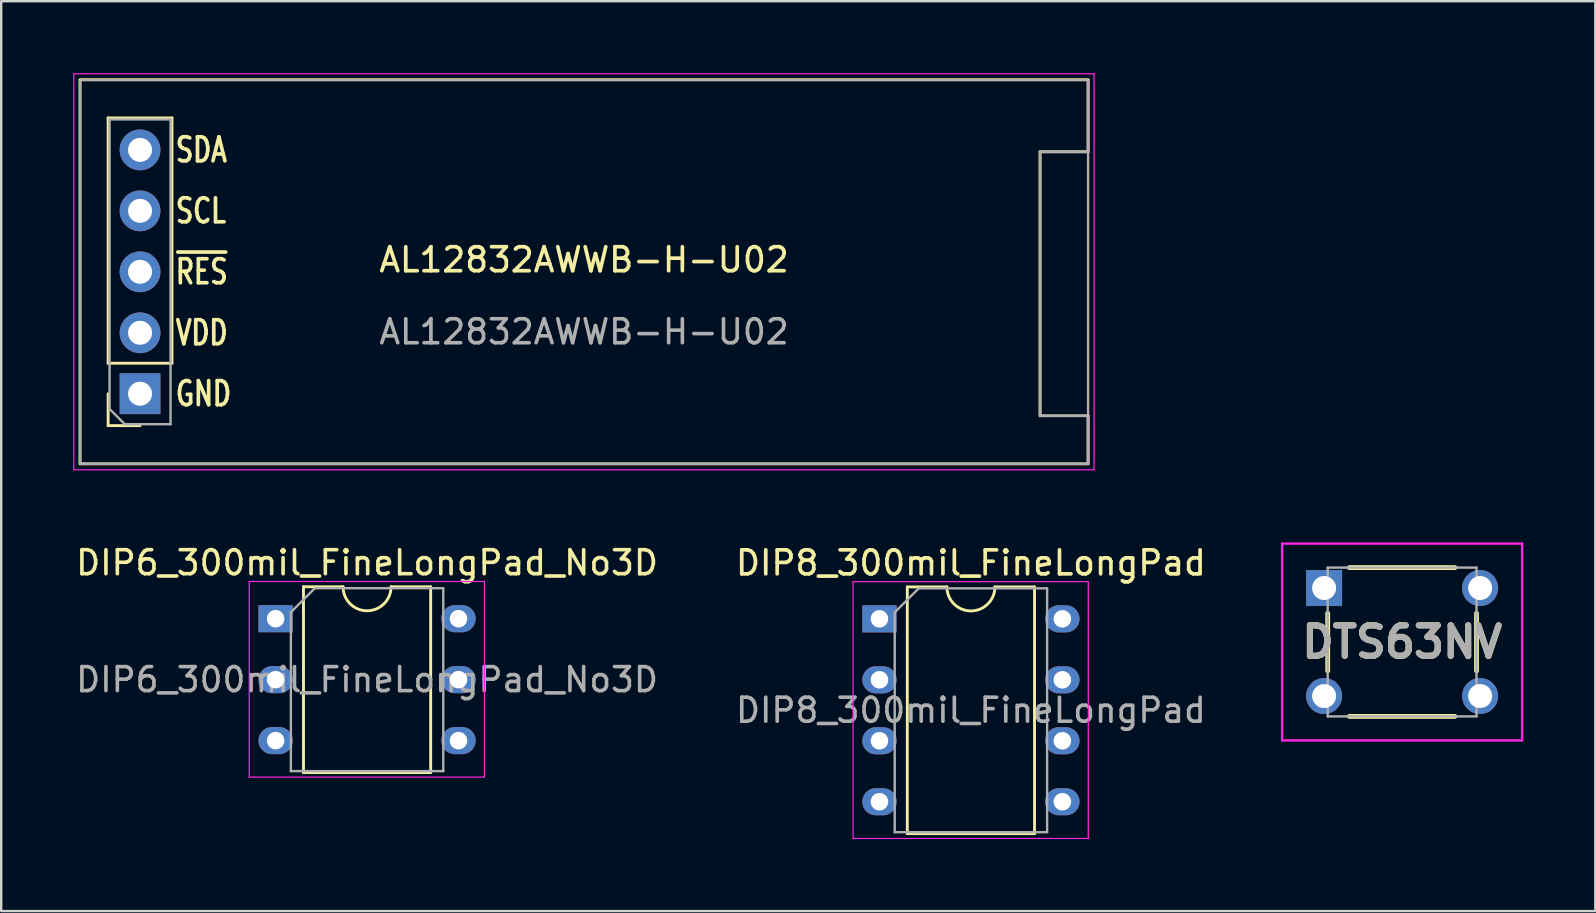
<source format=kicad_pcb>
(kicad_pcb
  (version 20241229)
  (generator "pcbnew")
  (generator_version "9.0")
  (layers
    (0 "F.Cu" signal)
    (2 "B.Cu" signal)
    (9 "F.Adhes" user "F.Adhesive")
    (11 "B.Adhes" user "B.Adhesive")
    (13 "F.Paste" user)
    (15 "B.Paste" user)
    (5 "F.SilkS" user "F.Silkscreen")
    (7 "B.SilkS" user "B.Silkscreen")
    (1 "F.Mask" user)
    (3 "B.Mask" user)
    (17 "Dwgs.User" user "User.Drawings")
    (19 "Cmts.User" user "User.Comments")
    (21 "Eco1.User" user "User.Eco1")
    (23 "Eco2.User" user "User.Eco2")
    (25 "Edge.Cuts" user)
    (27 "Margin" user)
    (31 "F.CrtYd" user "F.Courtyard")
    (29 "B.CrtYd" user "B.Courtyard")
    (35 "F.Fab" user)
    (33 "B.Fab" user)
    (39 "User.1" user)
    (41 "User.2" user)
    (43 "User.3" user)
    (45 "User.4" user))
  (footprint "DIP8_300mil_FineLongPad"
    (layer "F.Cu")
    (at 37.403 26.544)
    (property "Reference" "DIP8_300mil_FineLongPad" (at 0 -6.14 0) (layer "F.SilkS") (effects (font (size 1 1) (thickness 0.153))))
    (attr through_hole)
    (fp_line (start -2.65 -5.14) (end -2.65 5.14) (stroke (width 0.12) (type solid)) (layer "F.SilkS"))
    (fp_line (start -2.65 5.14) (end 2.65 5.14) (stroke (width 0.12) (type solid)) (layer "F.SilkS"))
    (fp_line (start -1 -5.14) (end -2.65 -5.14) (stroke (width 0.12) (type solid)) (layer "F.SilkS"))
    (fp_line (start 2.65 -5.14) (end 1 -5.14) (stroke (width 0.12) (type solid)) (layer "F.SilkS"))
    (fp_line (start 2.65 5.14) (end 2.65 -5.14) (stroke (width 0.12) (type solid)) (layer "F.SilkS"))
    (fp_arc (start 1 -5.14) (mid 0 -4.14) (end -1 -5.14) (stroke (width 0.12) (type solid)) (layer "F.SilkS"))
    (fp_line (start -4.91 -5.36) (end -4.91 5.34) (stroke (width 0.05) (type solid)) (layer "F.CrtYd"))
    (fp_line (start -4.91 5.34) (end 4.89 5.34) (stroke (width 0.05) (type solid)) (layer "F.CrtYd"))
    (fp_line (start 4.89 -5.36) (end -4.91 -5.36) (stroke (width 0.05) (type solid)) (layer "F.CrtYd"))
    (fp_line (start 4.89 5.34) (end 4.89 -5.36) (stroke (width 0.05) (type solid)) (layer "F.CrtYd"))
    (fp_line (start -3.175 -4.08) (end -2.175 -5.08) (stroke (width 0.1) (type solid)) (layer "F.Fab"))
    (fp_line (start -3.175 5.08) (end -3.175 -4.08) (stroke (width 0.1) (type solid)) (layer "F.Fab"))
    (fp_line (start -2.175 -5.08) (end 3.175 -5.08) (stroke (width 0.1) (type solid)) (layer "F.Fab"))
    (fp_line (start 3.175 -5.08) (end 3.175 5.08) (stroke (width 0.1) (type solid)) (layer "F.Fab"))
    (fp_line (start 3.175 5.08) (end -3.175 5.08) (stroke (width 0.1) (type solid)) (layer "F.Fab"))
    (fp_text user "${REFERENCE}" (at 0 0 0) (layer "F.Fab") (effects (font (size 1 1) (thickness 0.15))))
    (pad "1" thru_hole rect (at -3.81 -3.81) (size 1.43 1.13) (drill 0.73) (layers "*.Cu" "*.Mask"))
    (pad "2" thru_hole oval (at -3.81 -1.27) (size 1.43 1.13) (drill 0.73) (layers "*.Cu" "*.Mask"))
    (pad "3" thru_hole oval (at -3.81 1.27) (size 1.43 1.13) (drill 0.73) (layers "*.Cu" "*.Mask"))
    (pad "4" thru_hole oval (at -3.81 3.81) (size 1.43 1.13) (drill 0.73) (layers "*.Cu" "*.Mask"))
    (pad "5" thru_hole oval (at 3.81 3.81) (size 1.43 1.13) (drill 0.73) (layers "*.Cu" "*.Mask"))
    (pad "6" thru_hole oval (at 3.81 1.27) (size 1.43 1.13) (drill 0.73) (layers "*.Cu" "*.Mask"))
    (pad "7" thru_hole oval (at 3.81 -1.27) (size 1.43 1.13) (drill 0.73) (layers "*.Cu" "*.Mask"))
    (pad "8" thru_hole oval (at 3.81 -3.81) (size 1.43 1.13) (drill 0.73) (layers "*.Cu" "*.Mask")))
  (footprint "DIP6_300mil_FineLongPad_No3D"
    (layer "F.Cu")
    (at 8.434 22.728)
    (property "Reference" "DIP6_300mil_FineLongPad_No3D" (at 3.81 -2.33 0) (layer "F.SilkS") (effects (font (size 1 1) (thickness 0.15))))
    (attr through_hole)
    (fp_line (start 1.16 -1.33) (end 1.16 6.41) (stroke (width 0.12) (type solid)) (layer "F.SilkS"))
    (fp_line (start 1.16 6.41) (end 6.46 6.41) (stroke (width 0.12) (type solid)) (layer "F.SilkS"))
    (fp_line (start 2.81 -1.33) (end 1.16 -1.33) (stroke (width 0.12) (type solid)) (layer "F.SilkS"))
    (fp_line (start 6.46 -1.33) (end 4.81 -1.33) (stroke (width 0.12) (type solid)) (layer "F.SilkS"))
    (fp_line (start 6.46 6.41) (end 6.46 -1.33) (stroke (width 0.12) (type solid)) (layer "F.SilkS"))
    (fp_arc (start 4.81 -1.33) (mid 3.81 -0.33) (end 2.81 -1.33) (stroke (width 0.12) (type solid)) (layer "F.SilkS"))
    (fp_line (start -1.1 -1.55) (end -1.1 6.6) (stroke (width 0.05) (type solid)) (layer "F.CrtYd"))
    (fp_line (start -1.1 6.6) (end 8.7 6.6) (stroke (width 0.05) (type solid)) (layer "F.CrtYd"))
    (fp_line (start 8.7 -1.55) (end -1.1 -1.55) (stroke (width 0.05) (type solid)) (layer "F.CrtYd"))
    (fp_line (start 8.7 6.6) (end 8.7 -1.55) (stroke (width 0.05) (type solid)) (layer "F.CrtYd"))
    (fp_line (start 0.635 -0.27) (end 1.635 -1.27) (stroke (width 0.1) (type solid)) (layer "F.Fab"))
    (fp_line (start 0.635 6.35) (end 0.635 -0.27) (stroke (width 0.1) (type solid)) (layer "F.Fab"))
    (fp_line (start 1.635 -1.27) (end 6.985 -1.27) (stroke (width 0.1) (type solid)) (layer "F.Fab"))
    (fp_line (start 6.985 -1.27) (end 6.985 6.35) (stroke (width 0.1) (type solid)) (layer "F.Fab"))
    (fp_line (start 6.985 6.35) (end 0.635 6.35) (stroke (width 0.1) (type solid)) (layer "F.Fab"))
    (fp_text user "${REFERENCE}" (at 3.81 2.54 0) (layer "F.Fab") (effects (font (size 1 1) (thickness 0.15))))
    (pad "1" thru_hole rect (at 0 0) (size 1.43 1.13) (drill 0.73) (layers "*.Cu" "*.Mask"))
    (pad "2" thru_hole oval (at 0 2.54) (size 1.43 1.13) (drill 0.73) (layers "*.Cu" "*.Mask"))
    (pad "3" thru_hole oval (at 0 5.08) (size 1.43 1.13) (drill 0.73) (layers "*.Cu" "*.Mask"))
    (pad "4" thru_hole oval (at 7.62 5.08) (size 1.43 1.13) (drill 0.73) (layers "*.Cu" "*.Mask"))
    (pad "5" thru_hole oval (at 7.62 2.54) (size 1.43 1.13) (drill 0.73) (layers "*.Cu" "*.Mask"))
    (pad "6" thru_hole oval (at 7.62 0) (size 1.43 1.13) (drill 0.73) (layers "*.Cu" "*.Mask")))
  (footprint "DTS63NV"
    (layer "F.Cu")
    (at 55.369 23.7)
    (property "Reference" "DTS63NV" (at 0 0 0) (layer "F.SilkS") (effects (font (size 1.27 1.27) (thickness 0.254))))
    (attr through_hole)
    (fp_line (start -3.1 -1.2) (end -3.1 1.2) (stroke (width 0.2) (type solid)) (layer "F.SilkS"))
    (fp_line (start -2.2 3.1) (end 2.2 3.1) (stroke (width 0.2) (type solid)) (layer "F.SilkS"))
    (fp_line (start 2.2 -3.1) (end -2.2 -3.1) (stroke (width 0.2) (type solid)) (layer "F.SilkS"))
    (fp_line (start 3.1 1.2) (end 3.1 -1.2) (stroke (width 0.2) (type solid)) (layer "F.SilkS"))
    (fp_line (start -5 -4.1) (end 5 -4.1) (stroke (width 0.1) (type solid)) (layer "F.CrtYd"))
    (fp_line (start -5 4.1) (end -5 -4.1) (stroke (width 0.1) (type solid)) (layer "F.CrtYd"))
    (fp_line (start 5 -4.1) (end 5 4.1) (stroke (width 0.1) (type solid)) (layer "F.CrtYd"))
    (fp_line (start 5 4.1) (end -5 4.1) (stroke (width 0.1) (type solid)) (layer "F.CrtYd"))
    (fp_line (start -3.1 -3.1) (end -3.1 3.1) (stroke (width 0.1) (type solid)) (layer "F.Fab"))
    (fp_line (start -3.1 3.1) (end 3.1 3.1) (stroke (width 0.1) (type solid)) (layer "F.Fab"))
    (fp_line (start 3.1 -3.1) (end -3.1 -3.1) (stroke (width 0.1) (type solid)) (layer "F.Fab"))
    (fp_line (start 3.1 3.1) (end 3.1 -3.1) (stroke (width 0.1) (type solid)) (layer "F.Fab"))
    (fp_text user "${REFERENCE}" (at 0 0 0) (layer "F.Fab") (effects (font (size 1.27 1.27) (thickness 0.254))))
    (pad "1" thru_hole rect (at -3.25 -2.25) (size 1.5 1.5) (drill 1) (layers "*.Cu" "*.Mask"))
    (pad "2" thru_hole circle (at 3.25 -2.25) (size 1.5 1.5) (drill 1) (layers "*.Cu" "*.Mask"))
    (pad "3" thru_hole circle (at -3.25 2.25) (size 1.5 1.5) (drill 1) (layers "*.Cu" "*.Mask"))
    (pad "4" thru_hole circle (at 3.25 2.25) (size 1.5 1.5) (drill 1) (layers "*.Cu" "*.Mask")))
  (footprint "AL12832AWWB-H-U02"
    (layer "F.Cu")
    (at 21.285 8.275)
    (property "Reference" "AL12832AWWB-H-U02" (at 0 -0.5 0) (unlocked yes) (layer "F.SilkS") (effects (font (size 1 1) (thickness 0.153))))
    (attr through_hole)
    (fp_line (start -21 8) (end -21 -8) (stroke (width 0.12) (type solid)) (layer "F.SilkS"))
    (fp_line (start -19.83 -6.41) (end -17.17 -6.41) (stroke (width 0.12) (type solid)) (layer "F.SilkS"))
    (fp_line (start -19.83 3.81) (end -19.83 -6.41) (stroke (width 0.12) (type solid)) (layer "F.SilkS"))
    (fp_line (start -19.83 3.81) (end -17.17 3.81) (stroke (width 0.12) (type solid)) (layer "F.SilkS"))
    (fp_line (start -19.83 5.08) (end -19.83 6.41) (stroke (width 0.12) (type solid)) (layer "F.SilkS"))
    (fp_line (start -19.83 6.41) (end -18.5 6.41) (stroke (width 0.12) (type solid)) (layer "F.SilkS"))
    (fp_line (start -17.17 3.81) (end -17.17 -6.41) (stroke (width 0.12) (type solid)) (layer "F.SilkS"))
    (fp_line (start 19 6) (end 19 -5) (stroke (width 0.12) (type solid)) (layer "F.SilkS"))
    (fp_line (start 21 -8) (end -21 -8) (stroke (width 0.12) (type default)) (layer "F.SilkS"))
    (fp_line (start 21 -8) (end 21 -5) (stroke (width 0.12) (type solid)) (layer "F.SilkS"))
    (fp_line (start 21 -5) (end 19 -5) (stroke (width 0.12) (type solid)) (layer "F.SilkS"))
    (fp_line (start 21 6) (end 19 6) (stroke (width 0.11) (type solid)) (layer "F.SilkS"))
    (fp_line (start 21 8) (end -21 8) (stroke (width 0.12) (type default)) (layer "F.SilkS"))
    (fp_line (start 21 8) (end 21 6) (stroke (width 0.12) (type default)) (layer "F.SilkS"))
    (fp_line (start -21.26 -8.25) (end 21.25 -8.25) (stroke (width 0.05) (type solid)) (layer "F.CrtYd"))
    (fp_line (start -21.26 8.25) (end -21.26 -8.25) (stroke (width 0.05) (type solid)) (layer "F.CrtYd"))
    (fp_line (start -21.26 8.25) (end 21.25 8.25) (stroke (width 0.05) (type solid)) (layer "F.CrtYd"))
    (fp_line (start 21.25 8.25) (end 21.25 -8.25) (stroke (width 0.05) (type solid)) (layer "F.CrtYd"))
    (fp_line (start -19.77 -6.35) (end -19.77 5.715) (stroke (width 0.1) (type solid)) (layer "F.Fab"))
    (fp_line (start -19.77 5.715) (end -19.135 6.35) (stroke (width 0.1) (type solid)) (layer "F.Fab"))
    (fp_line (start -19.135 6.35) (end -17.23 6.35) (stroke (width 0.1) (type solid)) (layer "F.Fab"))
    (fp_line (start -17.23 -6.35) (end -19.77 -6.35) (stroke (width 0.1) (type solid)) (layer "F.Fab"))
    (fp_line (start -17.23 6.35) (end -17.23 -6.35) (stroke (width 0.1) (type solid)) (layer "F.Fab"))
    (fp_line (start 19 6) (end 19 -5) (stroke (width 0.1) (type default)) (layer "F.Fab"))
    (fp_line (start 21 -8) (end 21 -5) (stroke (width 0.1) (type default)) (layer "F.Fab"))
    (fp_line (start 21 -5) (end 19 -5) (stroke (width 0.1) (type default)) (layer "F.Fab"))
    (fp_line (start 21 6) (end 19 6) (stroke (width 0.1) (type default)) (layer "F.Fab"))
    (fp_line (start 21 8) (end 21 6) (stroke (width 0.1) (type default)) (layer "F.Fab"))
    (fp_rect (start -21 -8) (end 21 8) (stroke (width 0.1) (type default)) (fill no) (layer "F.Fab"))
    (fp_text user "GND" (at -17.1 5.08 0) (unlocked yes) (layer "F.SilkS") (effects (font (size 1 0.75) (thickness 0.153) (bold yes)) (justify left)))
    (fp_text user "SCL" (at -17.1 -2.54 0) (unlocked yes) (layer "F.SilkS") (effects (font (size 1 0.75) (thickness 0.153)) (justify left)))
    (fp_text user "SDA" (at -17.1 -5.08 0) (unlocked yes) (layer "F.SilkS") (effects (font (size 1 0.75) (thickness 0.153) (bold yes)) (justify left)))
    (fp_text user "VDD" (at -17.1 2.54 0) (unlocked yes) (layer "F.SilkS") (effects (font (size 1 0.75) (thickness 0.153)) (justify left)))
    (fp_text user "~{RES}" (at -17.1 0 0) (unlocked yes) (layer "F.SilkS") (effects (font (size 1 0.75) (thickness 0.153) (bold yes)) (justify left)))
    (fp_text user "${REFERENCE}" (at 0 2.5 0) (unlocked yes) (layer "F.Fab") (effects (font (size 1 1) (thickness 0.15))))
    (pad "1" thru_hole rect (at -18.5 5.08) (size 1.7 1.7) (drill 1) (layers "*.Cu" "*.Mask"))
    (pad "2" thru_hole oval (at -18.5 2.54) (size 1.7 1.7) (drill 1) (layers "*.Cu" "*.Mask"))
    (pad "3" thru_hole oval (at -18.5 0) (size 1.7 1.7) (drill 1) (layers "*.Cu" "*.Mask"))
    (pad "4" thru_hole oval (at -18.5 -2.54) (size 1.7 1.7) (drill 1) (layers "*.Cu" "*.Mask"))
    (pad "5" thru_hole oval (at -18.5 -5.08) (size 1.7 1.7) (drill 1) (layers "*.Cu" "*.Mask")))
  (gr_rect
    (start -3 -3)
    (end 63.419 34.909)
    (stroke (width 0.1) (type default))
    (fill no)
    (layer "Edge.Cuts")))
</source>
